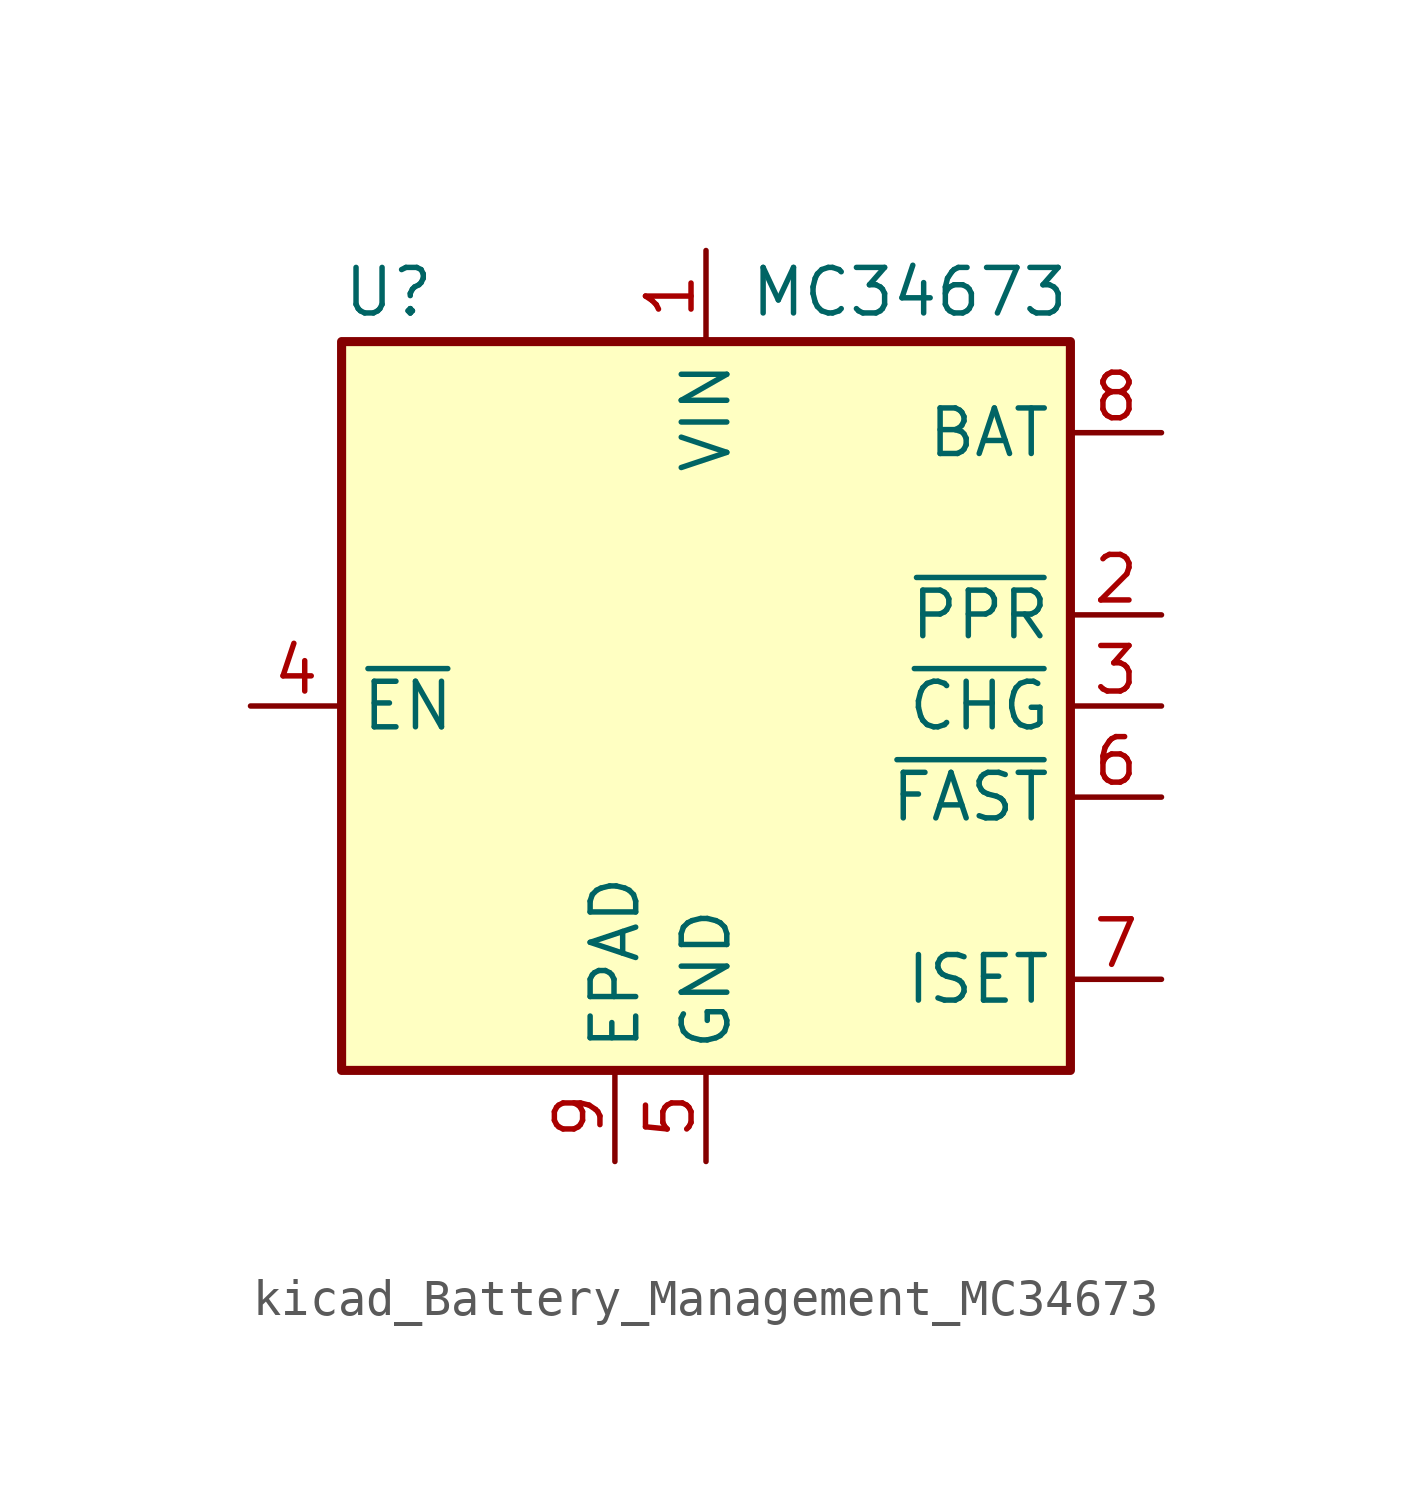
<source format=kicad_sym>
(kicad_symbol_lib
  (version 20220914)
  (generator kicad_symbol_editor)
  (symbol "kicad_Battery_Management_MC34673"
    (property "Reference" "U"
      (at -10.16 10.795 0)
      (effects (font (size 1.27 1.27)) (justify left bottom)))
    (property "Value" "MC34673"
      (at 10.16 10.795 0)
      (effects (font (size 1.27 1.27)) (justify right bottom)))
    (symbol "kicad_Battery_Management_MC34673_0_1"
      (rectangle (start -10.16 10.16) (end 10.16 -10.16) (stroke (width 0.254) (type default)) (fill (type background))))
    (symbol "kicad_Battery_Management_MC34673_1_1"
      (pin power_in line (at 0 12.7 270) (length 2.54) (name "VIN" (effects (font (size 1.27 1.27)))) (number "1" (effects (font (size 1.27 1.27)))))
      (pin open_collector line (at 12.7 2.54 180) (length 2.54) (name "~{PPR}" (effects (font (size 1.27 1.27)))) (number "2" (effects (font (size 1.27 1.27)))))
      (pin open_collector line (at 12.7 0 180) (length 2.54) (name "~{CHG}" (effects (font (size 1.27 1.27)))) (number "3" (effects (font (size 1.27 1.27)))))
      (pin input line (at -12.7 0 0) (length 2.54) (name "~{EN}" (effects (font (size 1.27 1.27)))) (number "4" (effects (font (size 1.27 1.27)))))
      (pin power_in line (at 0 -12.7 90) (length 2.54) (name "GND" (effects (font (size 1.27 1.27)))) (number "5" (effects (font (size 1.27 1.27)))))
      (pin open_collector line (at 12.7 -2.54 180) (length 2.54) (name "~{FAST}" (effects (font (size 1.27 1.27)))) (number "6" (effects (font (size 1.27 1.27)))))
      (pin output line (at 12.7 -7.62 180) (length 2.54) (name "ISET" (effects (font (size 1.27 1.27)))) (number "7" (effects (font (size 1.27 1.27)))))
      (pin power_out line (at 12.7 7.62 180) (length 2.54) (name "BAT" (effects (font (size 1.27 1.27)))) (number "8" (effects (font (size 1.27 1.27)))))
      (pin power_in line (at -2.54 -12.7 90) (length 2.54) (name "EPAD" (effects (font (size 1.27 1.27)))) (number "9" (effects (font (size 1.27 1.27))))))))
</source>
